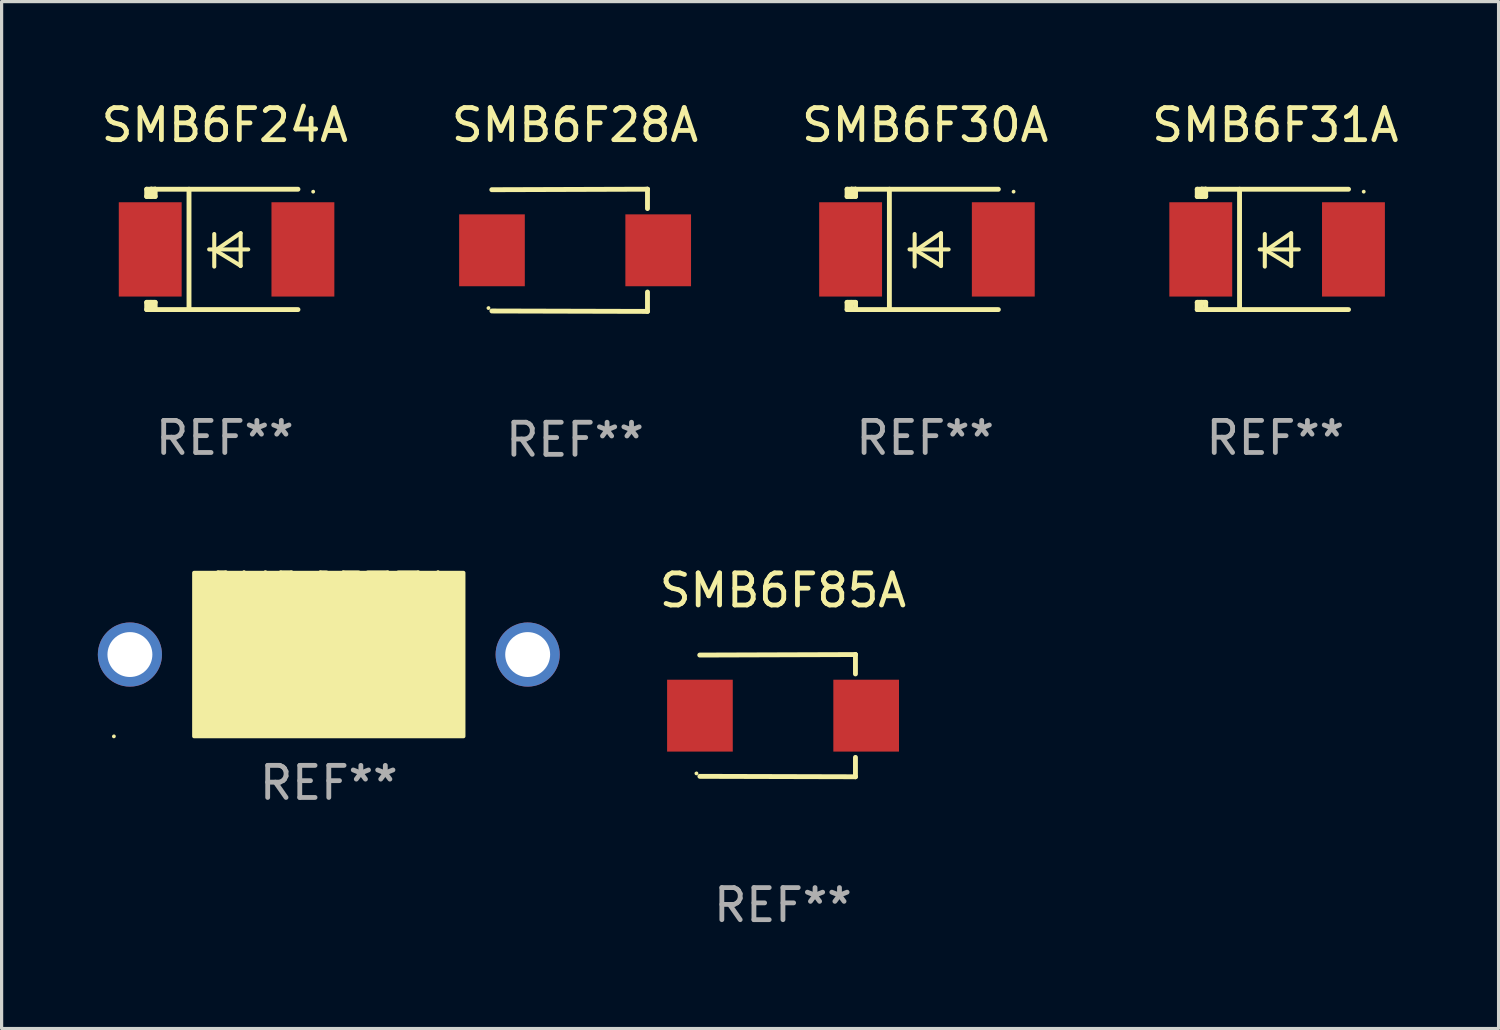
<source format=kicad_pcb>
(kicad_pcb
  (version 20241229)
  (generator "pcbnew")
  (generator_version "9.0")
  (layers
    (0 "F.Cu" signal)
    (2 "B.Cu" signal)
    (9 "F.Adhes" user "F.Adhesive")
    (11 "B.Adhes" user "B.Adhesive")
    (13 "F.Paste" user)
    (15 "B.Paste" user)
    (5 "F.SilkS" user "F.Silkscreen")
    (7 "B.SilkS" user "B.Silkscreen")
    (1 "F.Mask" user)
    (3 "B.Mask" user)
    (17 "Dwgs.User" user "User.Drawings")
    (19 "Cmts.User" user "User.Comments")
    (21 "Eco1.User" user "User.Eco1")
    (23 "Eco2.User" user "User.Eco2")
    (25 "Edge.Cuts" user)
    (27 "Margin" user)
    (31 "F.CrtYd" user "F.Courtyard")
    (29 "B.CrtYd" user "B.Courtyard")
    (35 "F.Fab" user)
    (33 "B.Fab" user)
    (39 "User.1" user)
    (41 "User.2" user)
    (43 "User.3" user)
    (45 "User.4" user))
  (footprint "SMB6F33A"
    (layer "F.Cu")
    (at 7.2 17.355)
    (property "Reference" "SMB6F33A" (at 0 -2 0) (layer "F.SilkS") (effects (font (size 1 1) (thickness 0.15))))
    (attr through_hole)
    (fp_circle (center -6.7 2.55) (end -6.67 2.55) (stroke (width 0.06) (type solid)) (fill no) (layer "F.SilkS"))
    (fp_poly (pts (xy -4.2 -2.55) (xy 4.2 -2.55) (xy 4.2 2.55) (xy -4.2 2.55)) (stroke (width 0.12) (type solid)) (fill yes) (layer "F.SilkS"))
    (fp_text user "REF**" (at 0 4 0) (layer "F.Fab") (effects (font (size 1 1) (thickness 0.15))))
    (pad "1" thru_hole circle (at -6.2 0) (size 2 2) (drill 1.4) (layers "*.Cu" "*.Mask"))
    (pad "2" thru_hole circle (at 6.2 0) (size 2 2) (drill 1.4) (layers "*.Cu" "*.Mask")))
  (footprint "SMB6F31A"
    (layer "F.Cu")
    (at 36.708 4.725)
    (property "Reference" "SMB6F31A" (at 0 -3.876 0) (layer "F.SilkS") (effects (font (size 1 1) (thickness 0.15))))
    (attr through_hole)
    (fp_line (start -2.435 1.65) (end -2.171 1.65) (stroke (width 0.152) (type solid)) (layer "F.SilkS"))
    (fp_line (start -2.435 1.876) (end -2.435 1.65) (stroke (width 0.152) (type solid)) (layer "F.SilkS"))
    (fp_line (start -2.435 -1.876) (end -2.171 -1.876) (stroke (width 0.152) (type solid)) (layer "F.SilkS"))
    (fp_line (start -2.435 -1.65) (end -2.435 -1.876) (stroke (width 0.152) (type solid)) (layer "F.SilkS"))
    (fp_line (start -2.305 -1.866) (end -2.295 -1.876) (stroke (width 0.152) (type solid)) (layer "F.SilkS"))
    (fp_line (start -2.305 -1.65) (end -2.305 -1.866) (stroke (width 0.152) (type solid)) (layer "F.SilkS"))
    (fp_line (start -2.305 1.876) (end -2.305 1.65) (stroke (width 0.152) (type solid)) (layer "F.SilkS"))
    (fp_line (start -2.295 -1.876) (end -2.295 -1.65) (stroke (width 0.152) (type solid)) (layer "F.SilkS"))
    (fp_line (start -2.171 1.876) (end -2.435 1.876) (stroke (width 0.152) (type solid)) (layer "F.SilkS"))
    (fp_line (start -2.171 -1.65) (end -2.435 -1.65) (stroke (width 0.152) (type solid)) (layer "F.SilkS"))
    (fp_line (start -2.171 -1.876) (end -2.295 -1.876) (stroke (width 0.152) (type solid)) (layer "F.SilkS"))
    (fp_line (start -2.171 -1.65) (end -2.171 -1.876) (stroke (width 0.152) (type solid)) (layer "F.SilkS"))
    (fp_line (start -2.171 1.876) (end -2.305 1.876) (stroke (width 0.152) (type solid)) (layer "F.SilkS"))
    (fp_line (start -2.171 1.876) (end -2.171 1.65) (stroke (width 0.152) (type solid)) (layer "F.SilkS"))
    (fp_line (start -1.116 1.876) (end -1.116 -1.876) (stroke (width 0.152) (type solid)) (layer "F.SilkS"))
    (fp_line (start -0.488 0.000102) (end 0.731 0.000102) (stroke (width 0.127) (type solid)) (layer "F.SilkS"))
    (fp_line (start -0.329 -0.48) (end -0.329 0.536) (stroke (width 0.127) (type solid)) (layer "F.SilkS"))
    (fp_line (start -0.29 0.03) (end 0.493 0.51) (stroke (width 0.127) (type solid)) (layer "F.SilkS"))
    (fp_line (start 0.493 -0.51) (end -0.29 0.03) (stroke (width 0.127) (type solid)) (layer "F.SilkS"))
    (fp_line (start 0.493 0.52) (end 0.493 -0.496) (stroke (width 0.127) (type solid)) (layer "F.SilkS"))
    (fp_line (start 2.281 -1.876) (end -2.171 -1.876) (stroke (width 0.152) (type solid)) (layer "F.SilkS"))
    (fp_line (start 2.281 1.876) (end -2.171 1.876) (stroke (width 0.152) (type solid)) (layer "F.SilkS"))
    (fp_circle (center 2.755 -1.8) (end 2.785 -1.8) (stroke (width 0.06) (type solid)) (fill no) (layer "F.SilkS"))
    (fp_text user "REF**" (at 0 5.876 0) (layer "F.Fab") (effects (font (size 1 1) (thickness 0.15))))
    (pad "1" smd rect (at 2.435 -0.000025 180) (size 1.96 2.94) (layers "F.Cu" "F.Mask" "F.Paste"))
    (pad "2" smd rect (at -2.325 -0.000025 180) (size 1.96 2.94) (layers "F.Cu" "F.Mask" "F.Paste")))
  (footprint "SMB6F85A"
    (layer "F.Cu")
    (at 21.358 19.26)
    (property "Reference" "SMB6F85A" (at 0 -3.905 0) (layer "F.SilkS") (effects (font (size 1 1) (thickness 0.15))))
    (attr through_hole)
    (fp_line (start 2.256 -1.905) (end -2.594 -1.889) (stroke (width 0.152) (type solid)) (layer "F.SilkS"))
    (fp_line (start 2.256 -1.905) (end 2.26 -1.905) (stroke (width 0.152) (type solid)) (layer "F.SilkS"))
    (fp_line (start 2.26 -1.905) (end 2.26 -1.301) (stroke (width 0.152) (type solid)) (layer "F.SilkS"))
    (fp_line (start 2.26 1.301) (end 2.26 1.905) (stroke (width 0.152) (type solid)) (layer "F.SilkS"))
    (fp_line (start 2.26 1.905) (end -2.59 1.892) (stroke (width 0.152) (type solid)) (layer "F.SilkS"))
    (fp_circle (center -2.697 1.8) (end -2.667 1.8) (stroke (width 0.06) (type solid)) (fill no) (layer "F.SilkS"))
    (fp_text user "REF**" (at 0 5.905 0) (layer "F.Fab") (effects (font (size 1 1) (thickness 0.15))))
    (pad "1" smd rect (at -2.588 0) (size 2.047 2.241) (layers "F.Cu" "F.Mask" "F.Paste"))
    (pad "2" smd rect (at 2.594 0) (size 2.047 2.241) (layers "F.Cu" "F.Mask" "F.Paste")))
  (footprint "SMB6F30A"
    (layer "F.Cu")
    (at 25.792 4.725)
    (property "Reference" "SMB6F30A" (at 0 -3.876 0) (layer "F.SilkS") (effects (font (size 1 1) (thickness 0.15))))
    (attr through_hole)
    (fp_line (start -2.435 1.65) (end -2.171 1.65) (stroke (width 0.152) (type solid)) (layer "F.SilkS"))
    (fp_line (start -2.435 1.876) (end -2.435 1.65) (stroke (width 0.152) (type solid)) (layer "F.SilkS"))
    (fp_line (start -2.435 -1.876) (end -2.171 -1.876) (stroke (width 0.152) (type solid)) (layer "F.SilkS"))
    (fp_line (start -2.435 -1.65) (end -2.435 -1.876) (stroke (width 0.152) (type solid)) (layer "F.SilkS"))
    (fp_line (start -2.305 -1.866) (end -2.295 -1.876) (stroke (width 0.152) (type solid)) (layer "F.SilkS"))
    (fp_line (start -2.305 -1.65) (end -2.305 -1.866) (stroke (width 0.152) (type solid)) (layer "F.SilkS"))
    (fp_line (start -2.305 1.876) (end -2.305 1.65) (stroke (width 0.152) (type solid)) (layer "F.SilkS"))
    (fp_line (start -2.295 -1.876) (end -2.295 -1.65) (stroke (width 0.152) (type solid)) (layer "F.SilkS"))
    (fp_line (start -2.171 1.876) (end -2.435 1.876) (stroke (width 0.152) (type solid)) (layer "F.SilkS"))
    (fp_line (start -2.171 -1.65) (end -2.435 -1.65) (stroke (width 0.152) (type solid)) (layer "F.SilkS"))
    (fp_line (start -2.171 -1.876) (end -2.295 -1.876) (stroke (width 0.152) (type solid)) (layer "F.SilkS"))
    (fp_line (start -2.171 -1.65) (end -2.171 -1.876) (stroke (width 0.152) (type solid)) (layer "F.SilkS"))
    (fp_line (start -2.171 1.876) (end -2.305 1.876) (stroke (width 0.152) (type solid)) (layer "F.SilkS"))
    (fp_line (start -2.171 1.876) (end -2.171 1.65) (stroke (width 0.152) (type solid)) (layer "F.SilkS"))
    (fp_line (start -1.116 1.876) (end -1.116 -1.876) (stroke (width 0.152) (type solid)) (layer "F.SilkS"))
    (fp_line (start -0.488 0.000102) (end 0.731 0.000102) (stroke (width 0.127) (type solid)) (layer "F.SilkS"))
    (fp_line (start -0.329 -0.48) (end -0.329 0.536) (stroke (width 0.127) (type solid)) (layer "F.SilkS"))
    (fp_line (start -0.29 0.03) (end 0.493 0.51) (stroke (width 0.127) (type solid)) (layer "F.SilkS"))
    (fp_line (start 0.493 -0.51) (end -0.29 0.03) (stroke (width 0.127) (type solid)) (layer "F.SilkS"))
    (fp_line (start 0.493 0.52) (end 0.493 -0.496) (stroke (width 0.127) (type solid)) (layer "F.SilkS"))
    (fp_line (start 2.281 -1.876) (end -2.171 -1.876) (stroke (width 0.152) (type solid)) (layer "F.SilkS"))
    (fp_line (start 2.281 1.876) (end -2.171 1.876) (stroke (width 0.152) (type solid)) (layer "F.SilkS"))
    (fp_circle (center 2.755 -1.8) (end 2.785 -1.8) (stroke (width 0.06) (type solid)) (fill no) (layer "F.SilkS"))
    (fp_text user "REF**" (at 0 5.876 0) (layer "F.Fab") (effects (font (size 1 1) (thickness 0.15))))
    (pad "1" smd rect (at 2.435 -0.000025 180) (size 1.96 2.94) (layers "F.Cu" "F.Mask" "F.Paste"))
    (pad "2" smd rect (at -2.325 -0.000025 180) (size 1.96 2.94) (layers "F.Cu" "F.Mask" "F.Paste")))
  (footprint "SMB6F28A"
    (layer "F.Cu")
    (at 14.875 4.753)
    (property "Reference" "SMB6F28A" (at 0 -3.905 0) (layer "F.SilkS") (effects (font (size 1 1) (thickness 0.15))))
    (attr through_hole)
    (fp_line (start 2.256 -1.905) (end -2.594 -1.889) (stroke (width 0.152) (type solid)) (layer "F.SilkS"))
    (fp_line (start 2.256 -1.905) (end 2.26 -1.905) (stroke (width 0.152) (type solid)) (layer "F.SilkS"))
    (fp_line (start 2.26 -1.905) (end 2.26 -1.301) (stroke (width 0.152) (type solid)) (layer "F.SilkS"))
    (fp_line (start 2.26 1.301) (end 2.26 1.905) (stroke (width 0.152) (type solid)) (layer "F.SilkS"))
    (fp_line (start 2.26 1.905) (end -2.59 1.892) (stroke (width 0.152) (type solid)) (layer "F.SilkS"))
    (fp_circle (center -2.697 1.8) (end -2.667 1.8) (stroke (width 0.06) (type solid)) (fill no) (layer "F.SilkS"))
    (fp_text user "REF**" (at 0 5.905 0) (layer "F.Fab") (effects (font (size 1 1) (thickness 0.15))))
    (pad "1" smd rect (at -2.588 0) (size 2.047 2.241) (layers "F.Cu" "F.Mask" "F.Paste"))
    (pad "2" smd rect (at 2.594 0) (size 2.047 2.241) (layers "F.Cu" "F.Mask" "F.Paste")))
  (footprint "SMB6F24A"
    (layer "F.Cu")
    (at 3.958 4.725)
    (property "Reference" "SMB6F24A" (at 0 -3.876 0) (layer "F.SilkS") (effects (font (size 1 1) (thickness 0.15))))
    (attr through_hole)
    (fp_line (start -2.435 1.65) (end -2.171 1.65) (stroke (width 0.152) (type solid)) (layer "F.SilkS"))
    (fp_line (start -2.435 1.876) (end -2.435 1.65) (stroke (width 0.152) (type solid)) (layer "F.SilkS"))
    (fp_line (start -2.435 -1.876) (end -2.171 -1.876) (stroke (width 0.152) (type solid)) (layer "F.SilkS"))
    (fp_line (start -2.435 -1.65) (end -2.435 -1.876) (stroke (width 0.152) (type solid)) (layer "F.SilkS"))
    (fp_line (start -2.305 -1.866) (end -2.295 -1.876) (stroke (width 0.152) (type solid)) (layer "F.SilkS"))
    (fp_line (start -2.305 -1.65) (end -2.305 -1.866) (stroke (width 0.152) (type solid)) (layer "F.SilkS"))
    (fp_line (start -2.305 1.876) (end -2.305 1.65) (stroke (width 0.152) (type solid)) (layer "F.SilkS"))
    (fp_line (start -2.295 -1.876) (end -2.295 -1.65) (stroke (width 0.152) (type solid)) (layer "F.SilkS"))
    (fp_line (start -2.171 1.876) (end -2.435 1.876) (stroke (width 0.152) (type solid)) (layer "F.SilkS"))
    (fp_line (start -2.171 -1.65) (end -2.435 -1.65) (stroke (width 0.152) (type solid)) (layer "F.SilkS"))
    (fp_line (start -2.171 -1.876) (end -2.295 -1.876) (stroke (width 0.152) (type solid)) (layer "F.SilkS"))
    (fp_line (start -2.171 -1.65) (end -2.171 -1.876) (stroke (width 0.152) (type solid)) (layer "F.SilkS"))
    (fp_line (start -2.171 1.876) (end -2.305 1.876) (stroke (width 0.152) (type solid)) (layer "F.SilkS"))
    (fp_line (start -2.171 1.876) (end -2.171 1.65) (stroke (width 0.152) (type solid)) (layer "F.SilkS"))
    (fp_line (start -1.116 1.876) (end -1.116 -1.876) (stroke (width 0.152) (type solid)) (layer "F.SilkS"))
    (fp_line (start -0.488 0.000102) (end 0.731 0.000102) (stroke (width 0.127) (type solid)) (layer "F.SilkS"))
    (fp_line (start -0.329 -0.48) (end -0.329 0.536) (stroke (width 0.127) (type solid)) (layer "F.SilkS"))
    (fp_line (start -0.29 0.03) (end 0.493 0.51) (stroke (width 0.127) (type solid)) (layer "F.SilkS"))
    (fp_line (start 0.493 -0.51) (end -0.29 0.03) (stroke (width 0.127) (type solid)) (layer "F.SilkS"))
    (fp_line (start 0.493 0.52) (end 0.493 -0.496) (stroke (width 0.127) (type solid)) (layer "F.SilkS"))
    (fp_line (start 2.281 -1.876) (end -2.171 -1.876) (stroke (width 0.152) (type solid)) (layer "F.SilkS"))
    (fp_line (start 2.281 1.876) (end -2.171 1.876) (stroke (width 0.152) (type solid)) (layer "F.SilkS"))
    (fp_circle (center 2.755 -1.8) (end 2.785 -1.8) (stroke (width 0.06) (type solid)) (fill no) (layer "F.SilkS"))
    (fp_text user "REF**" (at 0 5.876 0) (layer "F.Fab") (effects (font (size 1 1) (thickness 0.15))))
    (pad "1" smd rect (at 2.435 -0.000025 180) (size 1.96 2.94) (layers "F.Cu" "F.Mask" "F.Paste"))
    (pad "2" smd rect (at -2.325 -0.000025 180) (size 1.96 2.94) (layers "F.Cu" "F.Mask" "F.Paste")))
  (gr_rect
    (start -3 -3)
    (end 43.667 29.013)
    (stroke (width 0.1) (type default))
    (fill no)
    (layer "Edge.Cuts")))
</source>
